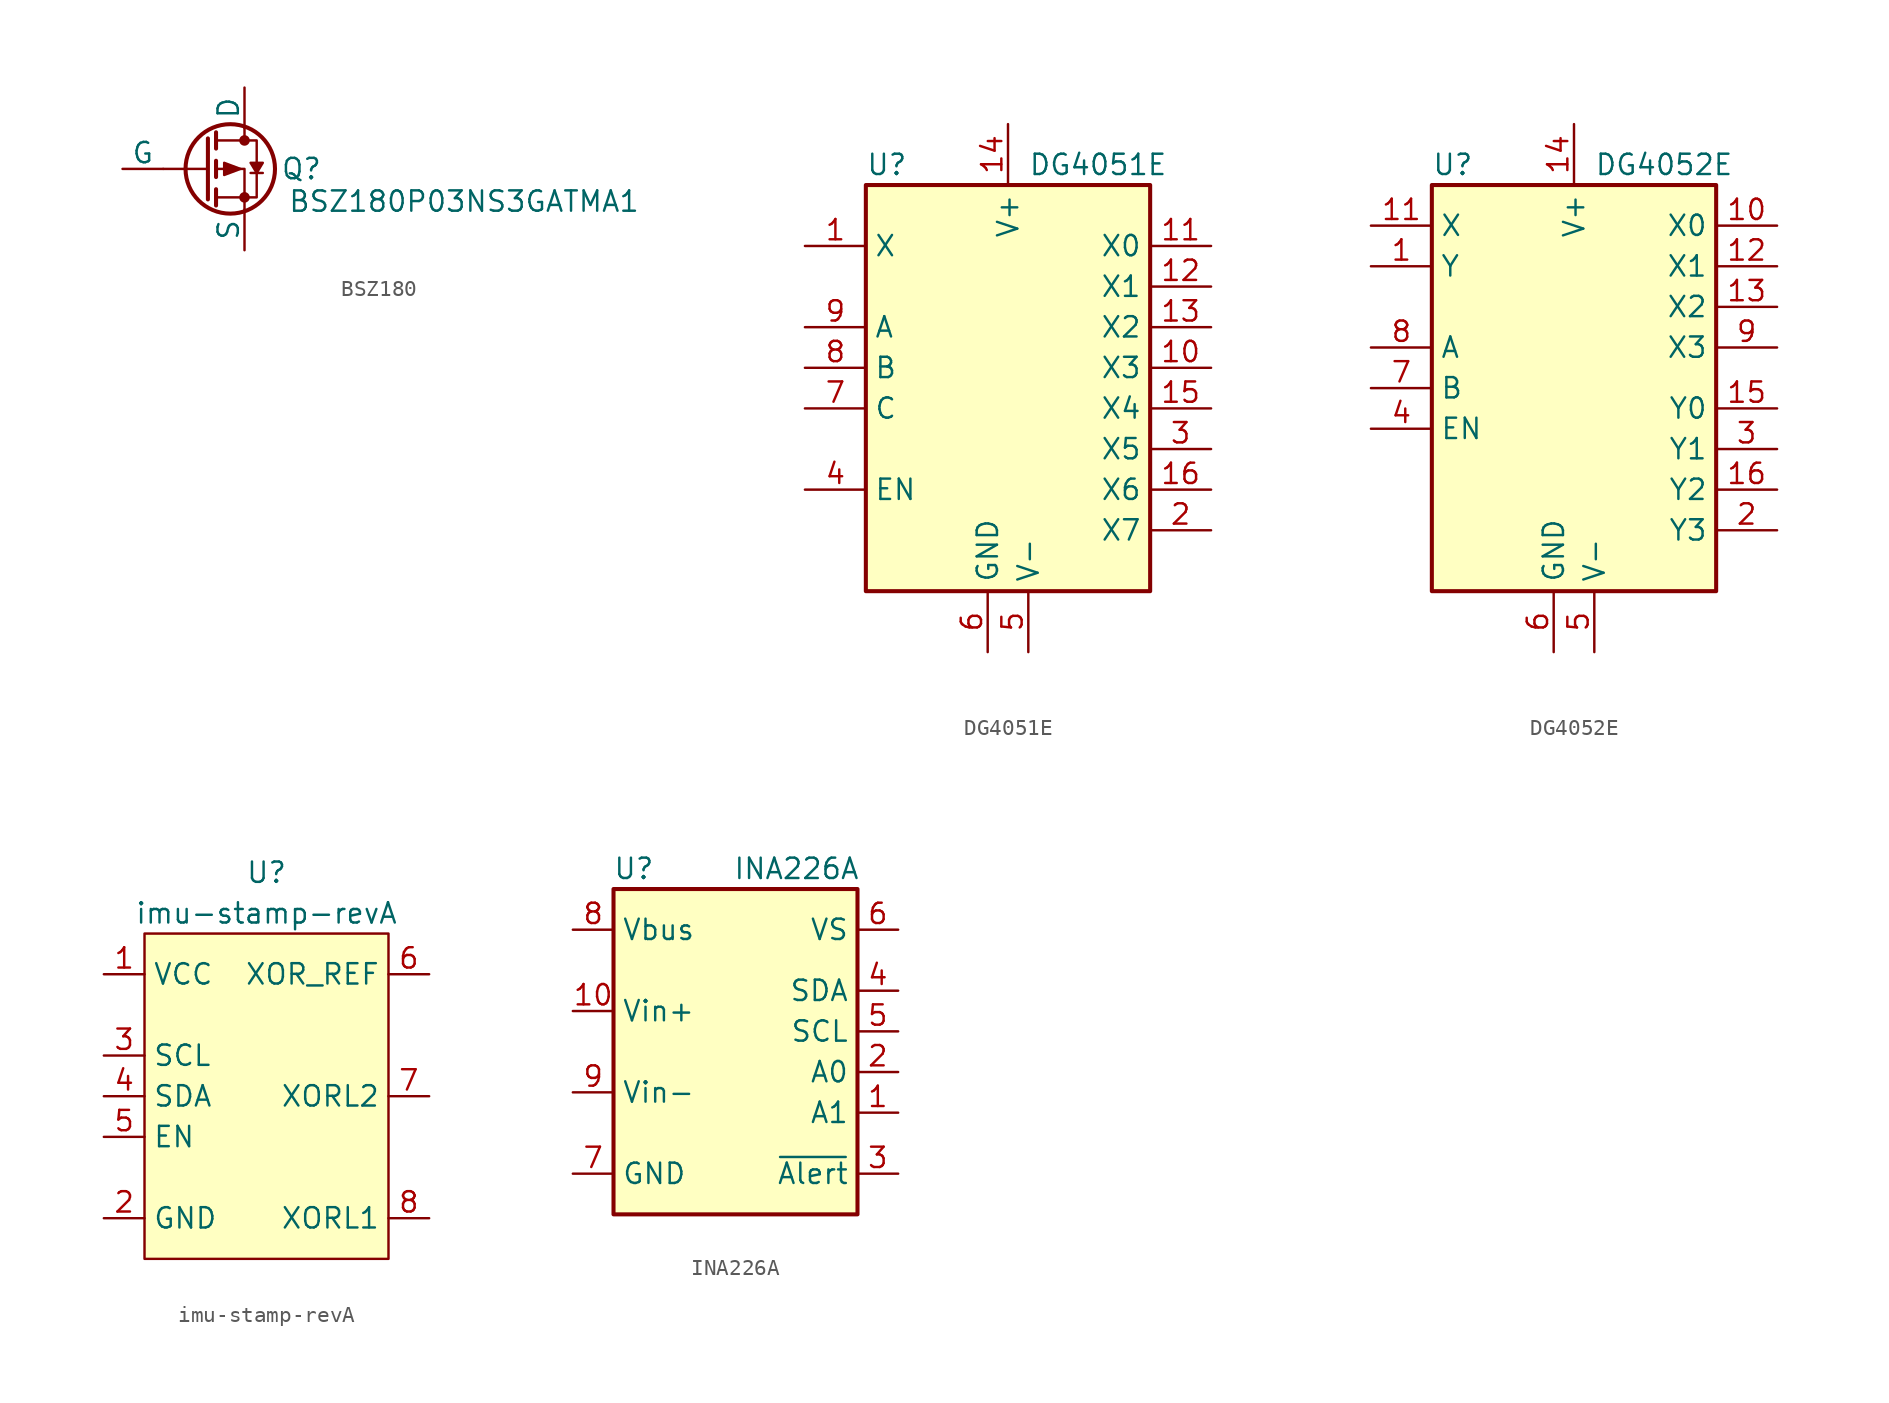
<source format=kicad_sym>
(kicad_symbol_lib
  (version 20220914)
  (generator kicad_symbol_editor)
  (symbol "BSZ180"
    (pin_numbers hide)
    (pin_names
      (offset 0))
    (property "Reference" "Q"
      (at 3.556 0 0)
      (effects (font (size 1.27 1.27))))
    (property "Value" "BSZ180P03NS3GATMA1"
      (at 13.716 -2.032 0)
      (effects (font (size 1.27 1.27))))
    (symbol "BSZ180_0_1"
      (circle (center -0.889 0) (radius 2.794) (stroke (width 0.254) (type default)) (fill (type none)))
      (circle (center 0 -1.778) (radius 0.254) (stroke (width 0) (type default)) (fill (type outline)))
      (polyline (pts (xy -2.286 0) (xy -5.08 0)) (stroke (width 0) (type default)) (fill (type none)))
      (polyline (pts (xy -2.286 1.905) (xy -2.286 -1.905)) (stroke (width 0.254) (type default)) (fill (type none)))
      (polyline (pts (xy -1.778 -1.27) (xy -1.778 -2.286)) (stroke (width 0.254) (type default)) (fill (type none)))
      (polyline (pts (xy -1.778 0.508) (xy -1.778 -0.508)) (stroke (width 0.254) (type default)) (fill (type none)))
      (polyline (pts (xy -1.778 2.286) (xy -1.778 1.27)) (stroke (width 0.254) (type default)) (fill (type none)))
      (polyline (pts (xy 0 2.54) (xy 0 1.778)) (stroke (width 0) (type default)) (fill (type none)))
      (polyline (pts (xy 0 -2.54) (xy 0 0) (xy -1.778 0)) (stroke (width 0) (type default)) (fill (type none)))
      (polyline (pts (xy -1.778 -1.778) (xy 0.762 -1.778) (xy 0.762 1.778) (xy -1.778 1.778)) (stroke (width 0) (type default)) (fill (type none)))
      (polyline (pts (xy -0.254 0) (xy -1.27 -0.381) (xy -1.27 0.381) (xy -0.254 0)) (stroke (width 0) (type default)) (fill (type outline)))
      (polyline (pts (xy 1.143 -0.254) (xy 1.143 -0.254) (xy 0.381 -0.254) (xy 0.381 -0.254)) (stroke (width 0) (type default)) (fill (type none)))
      (circle (center 0 1.778) (radius 0.254) (stroke (width 0) (type default)) (fill (type outline))))
    (symbol "BSZ180_1_1"
      (polyline (pts (xy 0.762 -0.254) (xy 1.143 0.381) (xy 0.381 0.381) (xy 0.762 -0.254)) (stroke (width 0) (type default)) (fill (type outline)))
      (pin passive line (at 0 -5.08 90) (length 2.54) (name "S" (effects (font (size 1.27 1.27)))) (number "1" (effects (font (size 1.27 1.27)))))
      (pin input line (at -7.62 0 0) (length 2.54) (name "G" (effects (font (size 1.27 1.27)))) (number "4" (effects (font (size 1.27 1.27)))))
      (pin passive line (at 0 5.08 270) (length 2.54) (name "D" (effects (font (size 1.27 1.27)))) (number "5" (effects (font (size 1.27 1.27)))))))
  (symbol "DG4051E"
    (property "Reference" "U"
      (at -8.89 22.86 0)
      (effects (font (size 1.27 1.27)) (justify left)))
    (property "Value" "DG4051E"
      (at 1.27 22.86 0)
      (effects (font (size 1.27 1.27)) (justify left)))
    (symbol "DG4051E_1_0"
      (pin passive line (at -12.7 17.78 0) (length 3.81) (name "X" (effects (font (size 1.27 1.27)))) (number "1" (effects (font (size 1.27 1.27)))))
      (pin passive line (at 12.7 7.62 180) (length 3.81) (name "X4" (effects (font (size 1.27 1.27)))) (number "15" (effects (font (size 1.27 1.27)))))
      (pin passive line (at 12.7 2.54 180) (length 3.81) (name "X6" (effects (font (size 1.27 1.27)))) (number "16" (effects (font (size 1.27 1.27)))))
      (pin passive line (at 12.7 5.08 180) (length 3.81) (name "X5" (effects (font (size 1.27 1.27)))) (number "3" (effects (font (size 1.27 1.27))))))
    (symbol "DG4051E_1_1"
      (rectangle (start -8.89 21.59) (end 8.89 -3.81) (stroke (width 0.254) (type default)) (fill (type background)))
      (pin passive line (at 12.7 10.16 180) (length 3.81) (name "X3" (effects (font (size 1.27 1.27)))) (number "10" (effects (font (size 1.27 1.27)))))
      (pin passive line (at 12.7 17.78 180) (length 3.81) (name "X0" (effects (font (size 1.27 1.27)))) (number "11" (effects (font (size 1.27 1.27)))))
      (pin passive line (at 12.7 15.24 180) (length 3.81) (name "X1" (effects (font (size 1.27 1.27)))) (number "12" (effects (font (size 1.27 1.27)))))
      (pin passive line (at 12.7 12.7 180) (length 3.81) (name "X2" (effects (font (size 1.27 1.27)))) (number "13" (effects (font (size 1.27 1.27)))))
      (pin passive line (at 0 25.4 270) (length 3.81) (name "V+" (effects (font (size 1.27 1.27)))) (number "14" (effects (font (size 1.27 1.27)))))
      (pin passive line (at 12.7 0 180) (length 3.81) (name "X7" (effects (font (size 1.27 1.27)))) (number "2" (effects (font (size 1.27 1.27)))))
      (pin passive line (at -12.7 2.54 0) (length 3.81) (name "EN" (effects (font (size 1.27 1.27)))) (number "4" (effects (font (size 1.27 1.27)))))
      (pin passive line (at 1.27 -7.62 90) (length 3.81) (name "V-" (effects (font (size 1.27 1.27)))) (number "5" (effects (font (size 1.27 1.27)))))
      (pin passive line (at -1.27 -7.62 90) (length 3.81) (name "GND" (effects (font (size 1.27 1.27)))) (number "6" (effects (font (size 1.27 1.27)))))
      (pin passive line (at -12.7 7.62 0) (length 3.81) (name "C" (effects (font (size 1.27 1.27)))) (number "7" (effects (font (size 1.27 1.27)))))
      (pin passive line (at -12.7 10.16 0) (length 3.81) (name "B" (effects (font (size 1.27 1.27)))) (number "8" (effects (font (size 1.27 1.27)))))
      (pin passive line (at -12.7 12.7 0) (length 3.81) (name "A" (effects (font (size 1.27 1.27)))) (number "9" (effects (font (size 1.27 1.27)))))))
  (symbol "DG4052E"
    (property "Reference" "U"
      (at -8.89 22.86 0)
      (effects (font (size 1.27 1.27)) (justify left)))
    (property "Value" "DG4052E"
      (at 1.27 22.86 0)
      (effects (font (size 1.27 1.27)) (justify left)))
    (symbol "DG4052E_1_0"
      (pin passive line (at -12.7 16.51 0) (length 3.81) (name "Y" (effects (font (size 1.27 1.27)))) (number "1" (effects (font (size 1.27 1.27)))))
      (pin passive line (at -12.7 19.05 0) (length 3.81) (name "X" (effects (font (size 1.27 1.27)))) (number "11" (effects (font (size 1.27 1.27)))))
      (pin passive line (at 12.7 7.62 180) (length 3.81) (name "Y0" (effects (font (size 1.27 1.27)))) (number "15" (effects (font (size 1.27 1.27)))))
      (pin passive line (at 12.7 2.54 180) (length 3.81) (name "Y2" (effects (font (size 1.27 1.27)))) (number "16" (effects (font (size 1.27 1.27)))))
      (pin passive line (at 12.7 5.08 180) (length 3.81) (name "Y1" (effects (font (size 1.27 1.27)))) (number "3" (effects (font (size 1.27 1.27))))))
    (symbol "DG4052E_1_1"
      (rectangle (start -8.89 21.59) (end 8.89 -3.81) (stroke (width 0.254) (type default)) (fill (type background)))
      (pin passive line (at 12.7 19.05 180) (length 3.81) (name "X0" (effects (font (size 1.27 1.27)))) (number "10" (effects (font (size 1.27 1.27)))))
      (pin passive line (at 12.7 16.51 180) (length 3.81) (name "X1" (effects (font (size 1.27 1.27)))) (number "12" (effects (font (size 1.27 1.27)))))
      (pin passive line (at 12.7 13.97 180) (length 3.81) (name "X2" (effects (font (size 1.27 1.27)))) (number "13" (effects (font (size 1.27 1.27)))))
      (pin passive line (at 0 25.4 270) (length 3.81) (name "V+" (effects (font (size 1.27 1.27)))) (number "14" (effects (font (size 1.27 1.27)))))
      (pin passive line (at 12.7 0 180) (length 3.81) (name "Y3" (effects (font (size 1.27 1.27)))) (number "2" (effects (font (size 1.27 1.27)))))
      (pin passive line (at -12.7 6.35 0) (length 3.81) (name "EN" (effects (font (size 1.27 1.27)))) (number "4" (effects (font (size 1.27 1.27)))))
      (pin passive line (at 1.27 -7.62 90) (length 3.81) (name "V-" (effects (font (size 1.27 1.27)))) (number "5" (effects (font (size 1.27 1.27)))))
      (pin passive line (at -1.27 -7.62 90) (length 3.81) (name "GND" (effects (font (size 1.27 1.27)))) (number "6" (effects (font (size 1.27 1.27)))))
      (pin passive line (at -12.7 8.89 0) (length 3.81) (name "B" (effects (font (size 1.27 1.27)))) (number "7" (effects (font (size 1.27 1.27)))))
      (pin passive line (at -12.7 11.43 0) (length 3.81) (name "A" (effects (font (size 1.27 1.27)))) (number "8" (effects (font (size 1.27 1.27)))))
      (pin passive line (at 12.7 11.43 180) (length 3.81) (name "X3" (effects (font (size 1.27 1.27)))) (number "9" (effects (font (size 1.27 1.27)))))))
  (symbol "imu-stamp-revA"
    (property "Reference" "U"
      (at 0 3.81 0)
      (effects (font (size 1.27 1.27))))
    (property "Value" "imu-stamp-revA"
      (at 0 1.27 0)
      (effects (font (size 1.27 1.27))))
    (symbol "imu-stamp-revA_0_0"
      (pin unspecified line (at -10.16 -2.54 0) (length 2.54) (name "VCC" (effects (font (size 1.27 1.27)))) (number "1" (effects (font (size 1.27 1.27)))))
      (pin unspecified line (at -10.16 -17.78 0) (length 2.54) hide (name "GND" (effects (font (size 1.27 1.27)))) (number "10" (effects (font (size 1.27 1.27)))))
      (pin unspecified line (at -10.16 -17.78 0) (length 2.54) (name "GND" (effects (font (size 1.27 1.27)))) (number "2" (effects (font (size 1.27 1.27)))))
      (pin unspecified line (at -10.16 -7.62 0) (length 2.54) (name "SCL" (effects (font (size 1.27 1.27)))) (number "3" (effects (font (size 1.27 1.27)))))
      (pin unspecified line (at -10.16 -10.16 0) (length 2.54) (name "SDA" (effects (font (size 1.27 1.27)))) (number "4" (effects (font (size 1.27 1.27)))))
      (pin unspecified line (at -10.16 -12.7 0) (length 2.54) (name "EN" (effects (font (size 1.27 1.27)))) (number "5" (effects (font (size 1.27 1.27)))))
      (pin unspecified line (at 10.16 -2.54 180) (length 2.54) (name "XOR_REF" (effects (font (size 1.27 1.27)))) (number "6" (effects (font (size 1.27 1.27)))))
      (pin unspecified line (at 10.16 -10.16 180) (length 2.54) (name "XORL2" (effects (font (size 1.27 1.27)))) (number "7" (effects (font (size 1.27 1.27)))))
      (pin unspecified line (at 10.16 -17.78 180) (length 2.54) (name "XORL1" (effects (font (size 1.27 1.27)))) (number "8" (effects (font (size 1.27 1.27)))))
      (pin unspecified line (at -10.16 -17.78 0) (length 2.54) hide (name "GND" (effects (font (size 1.27 1.27)))) (number "9" (effects (font (size 1.27 1.27))))))
    (symbol "imu-stamp-revA_0_1"
      (rectangle (start -7.62 0) (end 7.62 -20.32) (stroke (width 0) (type default)) (fill (type background)))))
  (symbol "INA226A"
    (property "Reference" "U"
      (at 1.27 1.27 0)
      (effects (font (size 1.27 1.27))))
    (property "Value" "INA226A"
      (at 11.43 1.27 0)
      (effects (font (size 1.27 1.27))))
    (symbol "INA226A_0_1"
      (rectangle (start 0 0) (end 15.24 -20.32) (stroke (width 0.254) (type default)) (fill (type background))))
    (symbol "INA226A_1_1"
      (pin input line (at 17.78 -13.97 180) (length 2.54) (name "A1" (effects (font (size 1.27 1.27)))) (number "1" (effects (font (size 1.27 1.27)))))
      (pin input line (at -2.54 -7.62 0) (length 2.54) (name "Vin+" (effects (font (size 1.27 1.27)))) (number "10" (effects (font (size 1.27 1.27)))))
      (pin input line (at 17.78 -11.43 180) (length 2.54) (name "A0" (effects (font (size 1.27 1.27)))) (number "2" (effects (font (size 1.27 1.27)))))
      (pin open_collector line (at 17.78 -17.78 180) (length 2.54) (name "~{Alert}" (effects (font (size 1.27 1.27)))) (number "3" (effects (font (size 1.27 1.27)))))
      (pin bidirectional line (at 17.78 -6.35 180) (length 2.54) (name "SDA" (effects (font (size 1.27 1.27)))) (number "4" (effects (font (size 1.27 1.27)))))
      (pin input line (at 17.78 -8.89 180) (length 2.54) (name "SCL" (effects (font (size 1.27 1.27)))) (number "5" (effects (font (size 1.27 1.27)))))
      (pin power_in line (at 17.78 -2.54 180) (length 2.54) (name "VS" (effects (font (size 1.27 1.27)))) (number "6" (effects (font (size 1.27 1.27)))))
      (pin power_in line (at -2.54 -17.78 0) (length 2.54) (name "GND" (effects (font (size 1.27 1.27)))) (number "7" (effects (font (size 1.27 1.27)))))
      (pin input line (at -2.54 -2.54 0) (length 2.54) (name "Vbus" (effects (font (size 1.27 1.27)))) (number "8" (effects (font (size 1.27 1.27)))))
      (pin input line (at -2.54 -12.7 0) (length 2.54) (name "Vin-" (effects (font (size 1.27 1.27)))) (number "9" (effects (font (size 1.27 1.27))))))))
</source>
